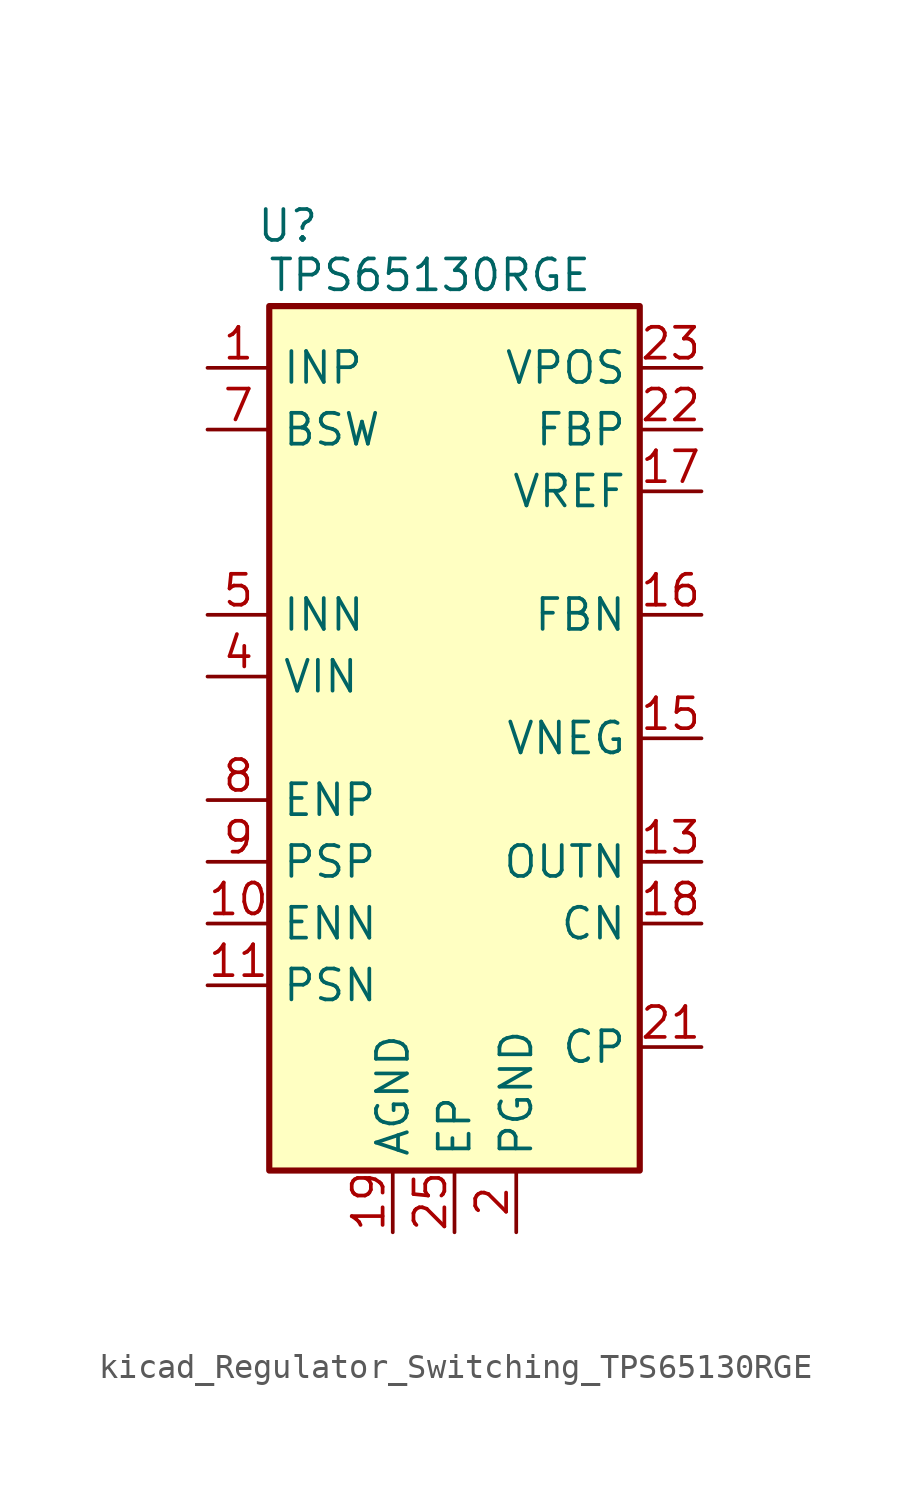
<source format=kicad_sym>
(kicad_symbol_lib
  (version 20220914)
  (generator kicad_symbol_editor)
  (symbol "kicad_Regulator_Switching_TPS65130RGE"
    (property "Reference" "U"
      (at -6.858 21.082 0)
      (effects (font (size 1.27 1.27))))
    (property "Value" "TPS65130RGE"
      (at -1.016 19.05 0)
      (effects (font (size 1.27 1.27))))
    (symbol "kicad_Regulator_Switching_TPS65130RGE_0_1"
      (rectangle (start -7.62 17.78) (end 7.62 -17.78) (stroke (width 0.254) (type default)) (fill (type background))))
    (symbol "kicad_Regulator_Switching_TPS65130RGE_1_1"
      (pin input line (at -10.16 15.24 0) (length 2.54) (name "INP" (effects (font (size 1.27 1.27)))) (number "1" (effects (font (size 1.27 1.27)))))
      (pin input line (at -10.16 -7.62 0) (length 2.54) (name "ENN" (effects (font (size 1.27 1.27)))) (number "10" (effects (font (size 1.27 1.27)))))
      (pin input line (at -10.16 -10.16 0) (length 2.54) (name "PSN" (effects (font (size 1.27 1.27)))) (number "11" (effects (font (size 1.27 1.27)))))
      (pin no_connect line (at -7.62 7.62 0) (length 2.54) hide (name "NC" (effects (font (size 1.27 1.27)))) (number "12" (effects (font (size 1.27 1.27)))))
      (pin output line (at 10.16 -5.08 180) (length 2.54) (name "OUTN" (effects (font (size 1.27 1.27)))) (number "13" (effects (font (size 1.27 1.27)))))
      (pin passive line (at 10.16 -5.08 180) (length 2.54) hide (name "OUTN" (effects (font (size 1.27 1.27)))) (number "14" (effects (font (size 1.27 1.27)))))
      (pin input line (at 10.16 0 180) (length 2.54) (name "VNEG" (effects (font (size 1.27 1.27)))) (number "15" (effects (font (size 1.27 1.27)))))
      (pin input line (at 10.16 5.08 180) (length 2.54) (name "FBN" (effects (font (size 1.27 1.27)))) (number "16" (effects (font (size 1.27 1.27)))))
      (pin output line (at 10.16 10.16 180) (length 2.54) (name "VREF" (effects (font (size 1.27 1.27)))) (number "17" (effects (font (size 1.27 1.27)))))
      (pin passive line (at 10.16 -7.62 180) (length 2.54) (name "CN" (effects (font (size 1.27 1.27)))) (number "18" (effects (font (size 1.27 1.27)))))
      (pin power_in line (at -2.54 -20.32 90) (length 2.54) (name "AGND" (effects (font (size 1.27 1.27)))) (number "19" (effects (font (size 1.27 1.27)))))
      (pin power_in line (at 2.54 -20.32 90) (length 2.54) (name "PGND" (effects (font (size 1.27 1.27)))) (number "2" (effects (font (size 1.27 1.27)))))
      (pin no_connect line (at -7.62 10.16 0) (length 2.54) hide (name "NC" (effects (font (size 1.27 1.27)))) (number "20" (effects (font (size 1.27 1.27)))))
      (pin passive line (at 10.16 -12.7 180) (length 2.54) (name "CP" (effects (font (size 1.27 1.27)))) (number "21" (effects (font (size 1.27 1.27)))))
      (pin input line (at 10.16 12.7 180) (length 2.54) (name "FBP" (effects (font (size 1.27 1.27)))) (number "22" (effects (font (size 1.27 1.27)))))
      (pin input line (at 10.16 15.24 180) (length 2.54) (name "VPOS" (effects (font (size 1.27 1.27)))) (number "23" (effects (font (size 1.27 1.27)))))
      (pin input line (at -10.16 15.24 0) (length 2.54) hide (name "INP" (effects (font (size 1.27 1.27)))) (number "24" (effects (font (size 1.27 1.27)))))
      (pin passive line (at 0 -20.32 90) (length 2.54) (name "EP" (effects (font (size 1.27 1.27)))) (number "25" (effects (font (size 1.27 1.27)))))
      (pin passive line (at 2.54 -20.32 90) (length 2.54) hide (name "PGND" (effects (font (size 1.27 1.27)))) (number "3" (effects (font (size 1.27 1.27)))))
      (pin power_in line (at -10.16 2.54 0) (length 2.54) (name "VIN" (effects (font (size 1.27 1.27)))) (number "4" (effects (font (size 1.27 1.27)))))
      (pin input line (at -10.16 5.08 0) (length 2.54) (name "INN" (effects (font (size 1.27 1.27)))) (number "5" (effects (font (size 1.27 1.27)))))
      (pin input line (at -10.16 5.08 0) (length 2.54) hide (name "INN" (effects (font (size 1.27 1.27)))) (number "6" (effects (font (size 1.27 1.27)))))
      (pin output line (at -10.16 12.7 0) (length 2.54) (name "BSW" (effects (font (size 1.27 1.27)))) (number "7" (effects (font (size 1.27 1.27)))))
      (pin input line (at -10.16 -2.54 0) (length 2.54) (name "ENP" (effects (font (size 1.27 1.27)))) (number "8" (effects (font (size 1.27 1.27)))))
      (pin input line (at -10.16 -5.08 0) (length 2.54) (name "PSP" (effects (font (size 1.27 1.27)))) (number "9" (effects (font (size 1.27 1.27))))))))
</source>
